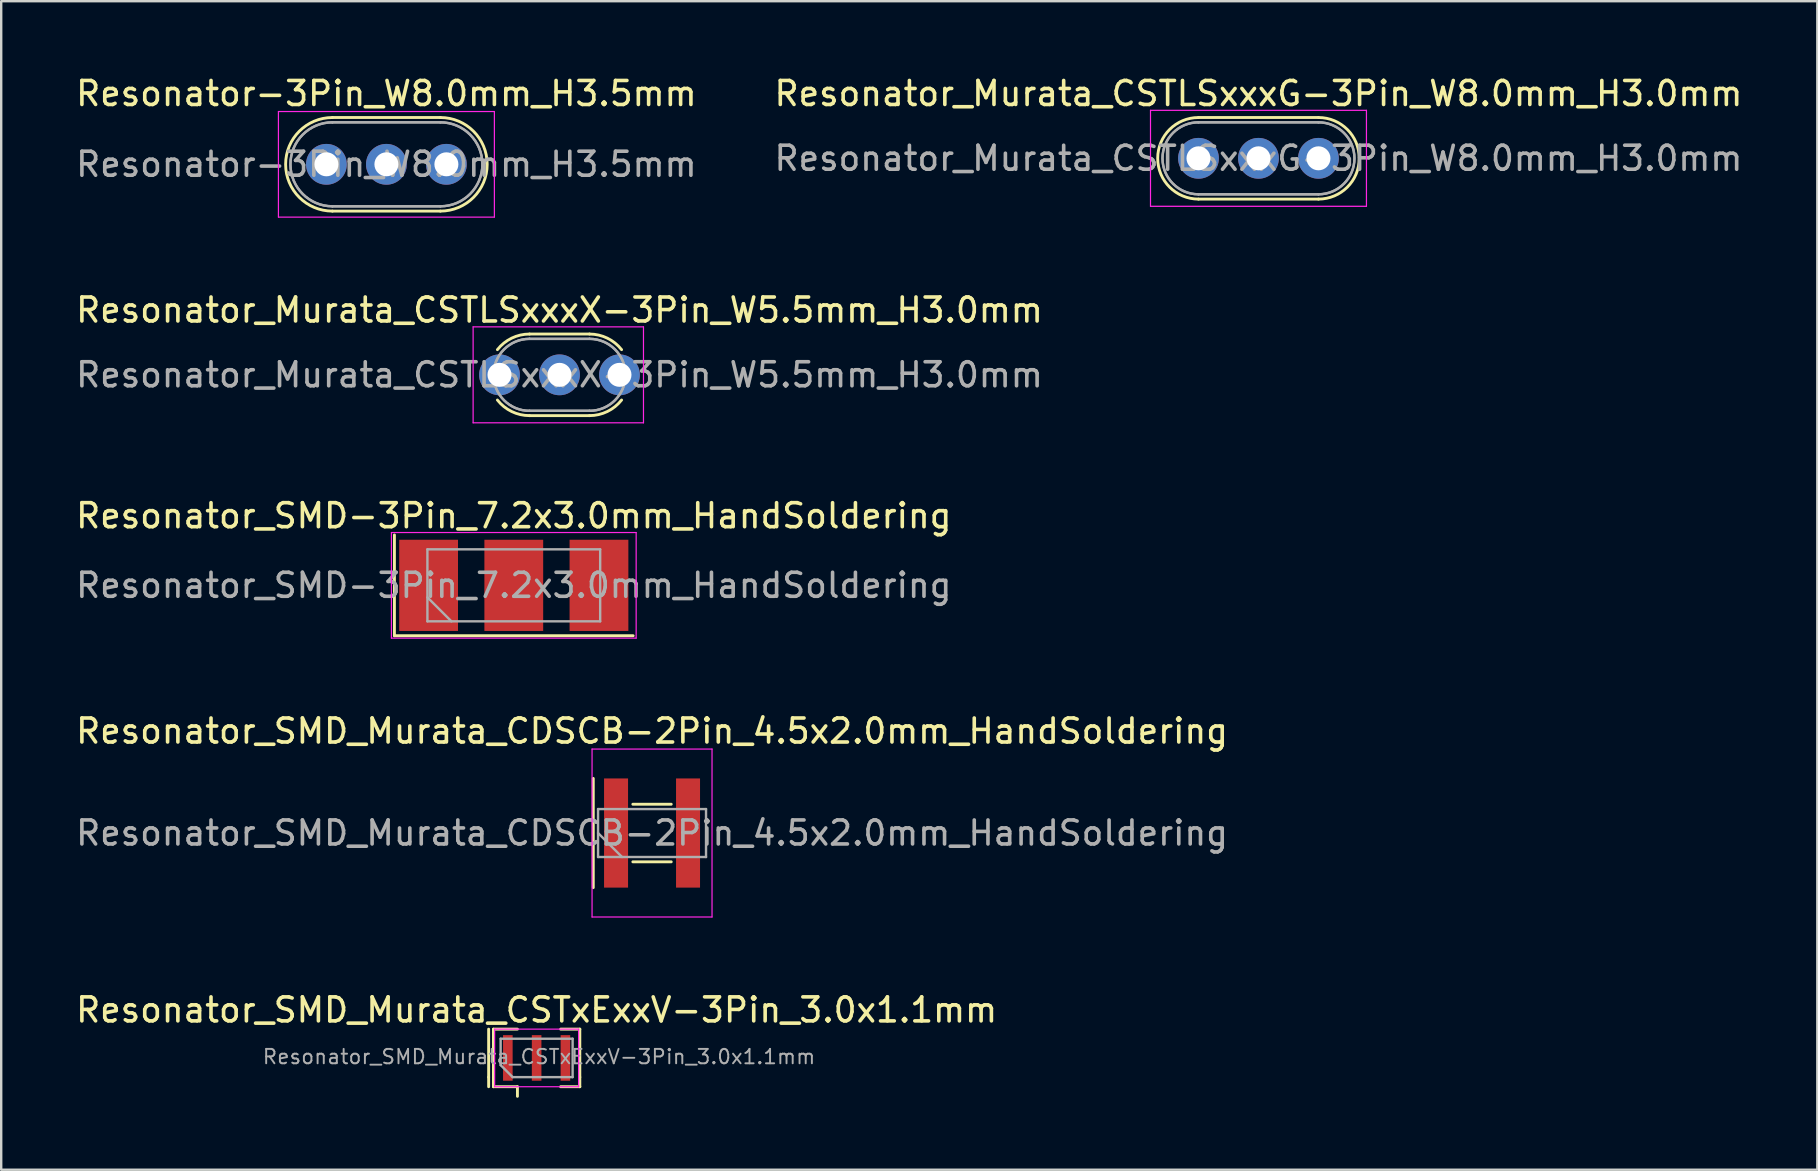
<source format=kicad_pcb>
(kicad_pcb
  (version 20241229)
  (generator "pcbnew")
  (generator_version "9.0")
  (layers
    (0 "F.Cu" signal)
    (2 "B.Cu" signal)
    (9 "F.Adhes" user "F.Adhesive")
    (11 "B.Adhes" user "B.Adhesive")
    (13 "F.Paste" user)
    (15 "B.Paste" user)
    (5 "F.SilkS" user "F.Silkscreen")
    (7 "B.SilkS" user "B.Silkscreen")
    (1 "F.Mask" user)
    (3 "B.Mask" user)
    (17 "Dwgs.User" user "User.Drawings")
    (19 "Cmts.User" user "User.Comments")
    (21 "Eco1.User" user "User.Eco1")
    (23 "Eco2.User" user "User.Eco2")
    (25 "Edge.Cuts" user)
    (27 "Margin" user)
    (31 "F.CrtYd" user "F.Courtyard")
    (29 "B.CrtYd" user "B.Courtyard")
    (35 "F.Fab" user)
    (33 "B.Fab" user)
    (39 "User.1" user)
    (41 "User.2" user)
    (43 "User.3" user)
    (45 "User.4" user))
  (footprint "Resonator_SMD_Murata_CDSCB-2Pin_4.5x2.0mm_HandSoldering"
    (layer "F.Cu")
    (at 24.125 31.668)
    (property "Reference" "Resonator_SMD_Murata_CDSCB-2Pin_4.5x2.0mm_HandSoldering" (at 0 -4.25 0) (layer "F.SilkS") (effects (font (size 1 1) (thickness 0.15))))
    (attr smd)
    (fp_line (start -2.45 -2.275) (end -2.45 2.275) (stroke (width 0.12) (type solid)) (layer "F.SilkS"))
    (fp_line (start -0.8 -1.2) (end 0.8 -1.2) (stroke (width 0.12) (type solid)) (layer "F.SilkS"))
    (fp_line (start -0.8 1.2) (end 0.8 1.2) (stroke (width 0.12) (type solid)) (layer "F.SilkS"))
    (fp_line (start -2.5 -3.5) (end -2.5 3.5) (stroke (width 0.05) (type solid)) (layer "F.CrtYd"))
    (fp_line (start -2.5 3.5) (end 2.5 3.5) (stroke (width 0.05) (type solid)) (layer "F.CrtYd"))
    (fp_line (start 2.5 -3.5) (end -2.5 -3.5) (stroke (width 0.05) (type solid)) (layer "F.CrtYd"))
    (fp_line (start 2.5 3.5) (end 2.5 -3.5) (stroke (width 0.05) (type solid)) (layer "F.CrtYd"))
    (fp_line (start -2.25 -1) (end -2.25 1) (stroke (width 0.1) (type solid)) (layer "F.Fab"))
    (fp_line (start -2.25 0) (end -1.25 1) (stroke (width 0.1) (type solid)) (layer "F.Fab"))
    (fp_line (start -2.25 1) (end 2.25 1) (stroke (width 0.1) (type solid)) (layer "F.Fab"))
    (fp_line (start 2.25 -1) (end -2.25 -1) (stroke (width 0.1) (type solid)) (layer "F.Fab"))
    (fp_line (start 2.25 1) (end 2.25 -1) (stroke (width 0.1) (type solid)) (layer "F.Fab"))
    (fp_text user "${REFERENCE}" (at 0 0 0) (layer "F.Fab") (effects (font (size 1 1) (thickness 0.15))))
    (pad "1" smd rect (at -1.5 0) (size 1 4.55) (layers "F.Cu" "F.Mask" "F.Paste"))
    (pad "2" smd rect (at 1.5 0) (size 1 4.55) (layers "F.Cu" "F.Mask" "F.Paste")))
  (footprint "Resonator_Murata_CSTLSxxxX-3Pin_W5.5mm_H3.0mm"
    (layer "F.Cu")
    (at 17.768 12.572)
    (property "Reference" "Resonator_Murata_CSTLSxxxX-3Pin_W5.5mm_H3.0mm" (at 2.5 -2.7 0) (layer "F.SilkS") (effects (font (size 1 1) (thickness 0.15))))
    (attr through_hole)
    (fp_line (start 1.25 -1.7) (end 3.75 -1.7) (stroke (width 0.12) (type solid)) (layer "F.SilkS"))
    (fp_line (start 1.25 1.7) (end 3.75 1.7) (stroke (width 0.12) (type solid)) (layer "F.SilkS"))
    (fp_arc (start -0.08779 -1.048961) (mid 0.506102 -1.5286) (end 1.25 -1.7) (stroke (width 0.12) (type solid)) (layer "F.SilkS"))
    (fp_arc (start 1.25 1.7) (mid 0.506103 1.5286) (end -0.08779 1.048961) (stroke (width 0.12) (type solid)) (layer "F.SilkS"))
    (fp_arc (start 3.75 -1.7) (mid 4.493897 -1.5286) (end 5.08779 -1.048961) (stroke (width 0.12) (type solid)) (layer "F.SilkS"))
    (fp_arc (start 5.08779 1.048961) (mid 4.493898 1.5286) (end 3.75 1.7) (stroke (width 0.12) (type solid)) (layer "F.SilkS"))
    (fp_line (start -1.1 -2) (end -1.1 2) (stroke (width 0.05) (type solid)) (layer "F.CrtYd"))
    (fp_line (start -1.1 2) (end 6 2) (stroke (width 0.05) (type solid)) (layer "F.CrtYd"))
    (fp_line (start 6 -2) (end -1.1 -2) (stroke (width 0.05) (type solid)) (layer "F.CrtYd"))
    (fp_line (start 6 2) (end 6 -2) (stroke (width 0.05) (type solid)) (layer "F.CrtYd"))
    (fp_line (start 1.25 -1.5) (end 3.75 -1.5) (stroke (width 0.1) (type solid)) (layer "F.Fab"))
    (fp_line (start 1.25 -1.5) (end 3.75 -1.5) (stroke (width 0.1) (type solid)) (layer "F.Fab"))
    (fp_line (start 1.25 1.5) (end 3.75 1.5) (stroke (width 0.1) (type solid)) (layer "F.Fab"))
    (fp_line (start 1.25 1.5) (end 3.75 1.5) (stroke (width 0.1) (type solid)) (layer "F.Fab"))
    (fp_arc (start 1.25 1.5) (mid -0.25 0) (end 1.25 -1.5) (stroke (width 0.1) (type solid)) (layer "F.Fab"))
    (fp_arc (start 1.25 1.5) (mid -0.25 0) (end 1.25 -1.5) (stroke (width 0.1) (type solid)) (layer "F.Fab"))
    (fp_arc (start 3.75 -1.5) (mid 5.25 0) (end 3.75 1.5) (stroke (width 0.1) (type solid)) (layer "F.Fab"))
    (fp_arc (start 3.75 -1.5) (mid 5.25 0) (end 3.75 1.5) (stroke (width 0.1) (type solid)) (layer "F.Fab"))
    (fp_text user "${REFERENCE}" (at 2.5 0 0) (layer "F.Fab") (effects (font (size 1 1) (thickness 0.15))))
    (pad "1" thru_hole circle (at 0 0) (size 1.7 1.7) (drill 1) (layers "*.Cu" "*.Mask"))
    (pad "2" thru_hole circle (at 2.5 0) (size 1.7 1.7) (drill 1) (layers "*.Cu" "*.Mask"))
    (pad "3" thru_hole circle (at 5 0) (size 1.7 1.7) (drill 1) (layers "*.Cu" "*.Mask")))
  (footprint "Resonator-3Pin_W8.0mm_H3.5mm"
    (layer "F.Cu")
    (at 10.554 3.798)
    (property "Reference" "Resonator-3Pin_W8.0mm_H3.5mm" (at 2.5 -2.95 0) (layer "F.SilkS") (effects (font (size 1 1) (thickness 0.15))))
    (attr through_hole)
    (fp_line (start 0.25 -1.95) (end 4.75 -1.95) (stroke (width 0.12) (type solid)) (layer "F.SilkS"))
    (fp_line (start 0.25 1.95) (end 4.75 1.95) (stroke (width 0.12) (type solid)) (layer "F.SilkS"))
    (fp_arc (start 0.25 1.95) (mid -1.7 0) (end 0.25 -1.95) (stroke (width 0.12) (type solid)) (layer "F.SilkS"))
    (fp_arc (start 4.75 -1.95) (mid 6.7 0) (end 4.75 1.95) (stroke (width 0.12) (type solid)) (layer "F.SilkS"))
    (fp_line (start -2 -2.2) (end -2 2.2) (stroke (width 0.05) (type solid)) (layer "F.CrtYd"))
    (fp_line (start -2 2.2) (end 7 2.2) (stroke (width 0.05) (type solid)) (layer "F.CrtYd"))
    (fp_line (start 7 -2.2) (end -2 -2.2) (stroke (width 0.05) (type solid)) (layer "F.CrtYd"))
    (fp_line (start 7 2.2) (end 7 -2.2) (stroke (width 0.05) (type solid)) (layer "F.CrtYd"))
    (fp_line (start 0.25 -1.75) (end 4.75 -1.75) (stroke (width 0.1) (type solid)) (layer "F.Fab"))
    (fp_line (start 0.25 -1.75) (end 4.75 -1.75) (stroke (width 0.1) (type solid)) (layer "F.Fab"))
    (fp_line (start 0.25 1.75) (end 4.75 1.75) (stroke (width 0.1) (type solid)) (layer "F.Fab"))
    (fp_line (start 0.25 1.75) (end 4.75 1.75) (stroke (width 0.1) (type solid)) (layer "F.Fab"))
    (fp_arc (start 0.25 1.75) (mid -1.5 0) (end 0.25 -1.75) (stroke (width 0.1) (type solid)) (layer "F.Fab"))
    (fp_arc (start 0.25 1.75) (mid -1.5 0) (end 0.25 -1.75) (stroke (width 0.1) (type solid)) (layer "F.Fab"))
    (fp_arc (start 4.75 -1.75) (mid 6.5 0) (end 4.75 1.75) (stroke (width 0.1) (type solid)) (layer "F.Fab"))
    (fp_arc (start 4.75 -1.75) (mid 6.5 0) (end 4.75 1.75) (stroke (width 0.1) (type solid)) (layer "F.Fab"))
    (fp_text user "${REFERENCE}" (at 2.5 0 0) (layer "F.Fab") (effects (font (size 1 1) (thickness 0.15))))
    (pad "1" thru_hole circle (at 0 0) (size 1.7 1.7) (drill 1) (layers "*.Cu" "*.Mask"))
    (pad "2" thru_hole circle (at 2.5 0) (size 1.7 1.7) (drill 1) (layers "*.Cu" "*.Mask"))
    (pad "3" thru_hole circle (at 5 0) (size 1.7 1.7) (drill 1) (layers "*.Cu" "*.Mask")))
  (footprint "Resonator_SMD-3Pin_7.2x3.0mm_HandSoldering"
    (layer "F.Cu")
    (at 18.363 21.345)
    (property "Reference" "Resonator_SMD-3Pin_7.2x3.0mm_HandSoldering" (at 0 -2.9 0) (layer "F.SilkS") (effects (font (size 1 1) (thickness 0.15))))
    (attr smd)
    (fp_line (start -4.975 -2.1) (end -4.975 2.1) (stroke (width 0.12) (type solid)) (layer "F.SilkS"))
    (fp_line (start -4.975 2.1) (end 4.975 2.1) (stroke (width 0.12) (type solid)) (layer "F.SilkS"))
    (fp_line (start -5.1 -2.2) (end -5.1 2.2) (stroke (width 0.05) (type solid)) (layer "F.CrtYd"))
    (fp_line (start -5.1 2.2) (end 5.1 2.2) (stroke (width 0.05) (type solid)) (layer "F.CrtYd"))
    (fp_line (start 5.1 -2.2) (end -5.1 -2.2) (stroke (width 0.05) (type solid)) (layer "F.CrtYd"))
    (fp_line (start 5.1 2.2) (end 5.1 -2.2) (stroke (width 0.05) (type solid)) (layer "F.CrtYd"))
    (fp_line (start -3.6 -1.5) (end -3.6 1.5) (stroke (width 0.1) (type solid)) (layer "F.Fab"))
    (fp_line (start -3.6 0.5) (end -2.6 1.5) (stroke (width 0.1) (type solid)) (layer "F.Fab"))
    (fp_line (start -3.6 1.5) (end 3.6 1.5) (stroke (width 0.1) (type solid)) (layer "F.Fab"))
    (fp_line (start 3.6 -1.5) (end -3.6 -1.5) (stroke (width 0.1) (type solid)) (layer "F.Fab"))
    (fp_line (start 3.6 1.5) (end 3.6 -1.5) (stroke (width 0.1) (type solid)) (layer "F.Fab"))
    (fp_text user "${REFERENCE}" (at 0 0 0) (layer "F.Fab") (effects (font (size 1 1) (thickness 0.15))))
    (pad "1" smd rect (at -3.55 0) (size 2.45 3.8) (layers "F.Cu" "F.Mask" "F.Paste"))
    (pad "2" smd rect (at 0 0) (size 2.45 3.8) (layers "F.Cu" "F.Mask" "F.Paste"))
    (pad "3" smd rect (at 3.55 0) (size 2.45 3.8) (layers "F.Cu" "F.Mask" "F.Paste")))
  (footprint "Resonator_SMD_Murata_CSTxExxV-3Pin_3.0x1.1mm"
    (layer "F.Cu")
    (at 19.315 41.041)
    (property "Reference" "Resonator_SMD_Murata_CSTxExxV-3Pin_3.0x1.1mm" (at 0 -2 0) (layer "F.SilkS") (effects (font (size 1 1) (thickness 0.15))))
    (attr smd)
    (fp_line (start -2 -1.2) (end -2 0.8) (stroke (width 0.12) (type solid)) (layer "F.SilkS"))
    (fp_line (start -2 0.8) (end -2 1.2) (stroke (width 0.12) (type solid)) (layer "F.SilkS"))
    (fp_line (start -1.8 -1.2) (end -0.8 -1.2) (stroke (width 0.12) (type solid)) (layer "F.SilkS"))
    (fp_line (start -1.8 0.8) (end -1.8 -1.2) (stroke (width 0.12) (type solid)) (layer "F.SilkS"))
    (fp_line (start -1.8 0.8) (end -1.8 1.2) (stroke (width 0.12) (type solid)) (layer "F.SilkS"))
    (fp_line (start -0.8 1.2) (end -1.8 1.2) (stroke (width 0.12) (type solid)) (layer "F.SilkS"))
    (fp_line (start -0.8 1.2) (end -0.8 1.6) (stroke (width 0.12) (type solid)) (layer "F.SilkS"))
    (fp_line (start 1 -1.2) (end 1.8 -1.2) (stroke (width 0.12) (type solid)) (layer "F.SilkS"))
    (fp_line (start 1.8 -1.2) (end 1.8 0.8) (stroke (width 0.12) (type solid)) (layer "F.SilkS"))
    (fp_line (start 1.8 0.8) (end 1.8 1.2) (stroke (width 0.12) (type solid)) (layer "F.SilkS"))
    (fp_line (start 1.8 1.2) (end 1 1.2) (stroke (width 0.12) (type solid)) (layer "F.SilkS"))
    (fp_line (start -1.75 -1.2) (end 1.75 -1.2) (stroke (width 0.05) (type solid)) (layer "F.CrtYd"))
    (fp_line (start -1.75 1.2) (end -1.75 -1.2) (stroke (width 0.05) (type solid)) (layer "F.CrtYd"))
    (fp_line (start 1.75 -1.2) (end 1.75 1.2) (stroke (width 0.05) (type solid)) (layer "F.CrtYd"))
    (fp_line (start 1.75 1.2) (end -1.75 1.2) (stroke (width 0.05) (type solid)) (layer "F.CrtYd"))
    (fp_line (start -1.5 0.3) (end -1.5 -0.8) (stroke (width 0.1) (type solid)) (layer "F.Fab"))
    (fp_line (start -1 0.8) (end -1.5 0.3) (stroke (width 0.1) (type solid)) (layer "F.Fab"))
    (fp_line (start -1 0.8) (end 1.5 0.8) (stroke (width 0.1) (type solid)) (layer "F.Fab"))
    (fp_line (start 1.5 -0.8) (end -1.5 -0.8) (stroke (width 0.1) (type solid)) (layer "F.Fab"))
    (fp_line (start 1.5 0.8) (end 1.5 -0.8) (stroke (width 0.1) (type solid)) (layer "F.Fab"))
    (fp_text user "${REFERENCE}" (at 0.1 -0.05 0) (layer "F.Fab") (effects (font (size 0.6 0.6) (thickness 0.08))))
    (pad "1" smd rect (at -1.2 0) (size 0.4 1.9) (layers "F.Cu" "F.Mask" "F.Paste"))
    (pad "2" smd rect (at 0 0) (size 0.4 1.9) (layers "F.Cu" "F.Mask" "F.Paste"))
    (pad "3" smd rect (at 1.2 0) (size 0.4 1.9) (layers "F.Cu" "F.Mask" "F.Paste")))
  (footprint "Resonator_Murata_CSTLSxxxG-3Pin_W8.0mm_H3.0mm"
    (layer "F.Cu")
    (at 46.899 3.548)
    (property "Reference" "Resonator_Murata_CSTLSxxxG-3Pin_W8.0mm_H3.0mm" (at 2.5 -2.7 0) (layer "F.SilkS") (effects (font (size 1 1) (thickness 0.15))))
    (attr through_hole)
    (fp_line (start 0 -1.7) (end 5 -1.7) (stroke (width 0.12) (type solid)) (layer "F.SilkS"))
    (fp_line (start 0 1.7) (end 5 1.7) (stroke (width 0.12) (type solid)) (layer "F.SilkS"))
    (fp_arc (start 0 1.7) (mid -1.7 0) (end 0 -1.7) (stroke (width 0.12) (type solid)) (layer "F.SilkS"))
    (fp_arc (start 5 -1.7) (mid 6.7 0) (end 5 1.7) (stroke (width 0.12) (type solid)) (layer "F.SilkS"))
    (fp_line (start -2 -2) (end -2 2) (stroke (width 0.05) (type solid)) (layer "F.CrtYd"))
    (fp_line (start -2 2) (end 7 2) (stroke (width 0.05) (type solid)) (layer "F.CrtYd"))
    (fp_line (start 7 -2) (end -2 -2) (stroke (width 0.05) (type solid)) (layer "F.CrtYd"))
    (fp_line (start 7 2) (end 7 -2) (stroke (width 0.05) (type solid)) (layer "F.CrtYd"))
    (fp_line (start 0 -1.5) (end 5 -1.5) (stroke (width 0.1) (type solid)) (layer "F.Fab"))
    (fp_line (start 0 -1.5) (end 5 -1.5) (stroke (width 0.1) (type solid)) (layer "F.Fab"))
    (fp_line (start 0 1.5) (end 5 1.5) (stroke (width 0.1) (type solid)) (layer "F.Fab"))
    (fp_line (start 0 1.5) (end 5 1.5) (stroke (width 0.1) (type solid)) (layer "F.Fab"))
    (fp_arc (start 0 1.5) (mid -1.5 0) (end 0 -1.5) (stroke (width 0.1) (type solid)) (layer "F.Fab"))
    (fp_arc (start 0 1.5) (mid -1.5 0) (end 0 -1.5) (stroke (width 0.1) (type solid)) (layer "F.Fab"))
    (fp_arc (start 5 -1.5) (mid 6.5 0) (end 5 1.5) (stroke (width 0.1) (type solid)) (layer "F.Fab"))
    (fp_arc (start 5 -1.5) (mid 6.5 0) (end 5 1.5) (stroke (width 0.1) (type solid)) (layer "F.Fab"))
    (fp_text user "${REFERENCE}" (at 2.5 0 0) (layer "F.Fab") (effects (font (size 1 1) (thickness 0.15))))
    (pad "1" thru_hole circle (at 0 0) (size 1.7 1.7) (drill 1) (layers "*.Cu" "*.Mask"))
    (pad "2" thru_hole circle (at 2.5 0) (size 1.7 1.7) (drill 1) (layers "*.Cu" "*.Mask"))
    (pad "3" thru_hole circle (at 5 0) (size 1.7 1.7) (drill 1) (layers "*.Cu" "*.Mask")))
  (gr_rect
    (start -3 -3)
    (end 72.69 45.701)
    (stroke (width 0.1) (type default))
    (fill no)
    (layer "Edge.Cuts")))
</source>
